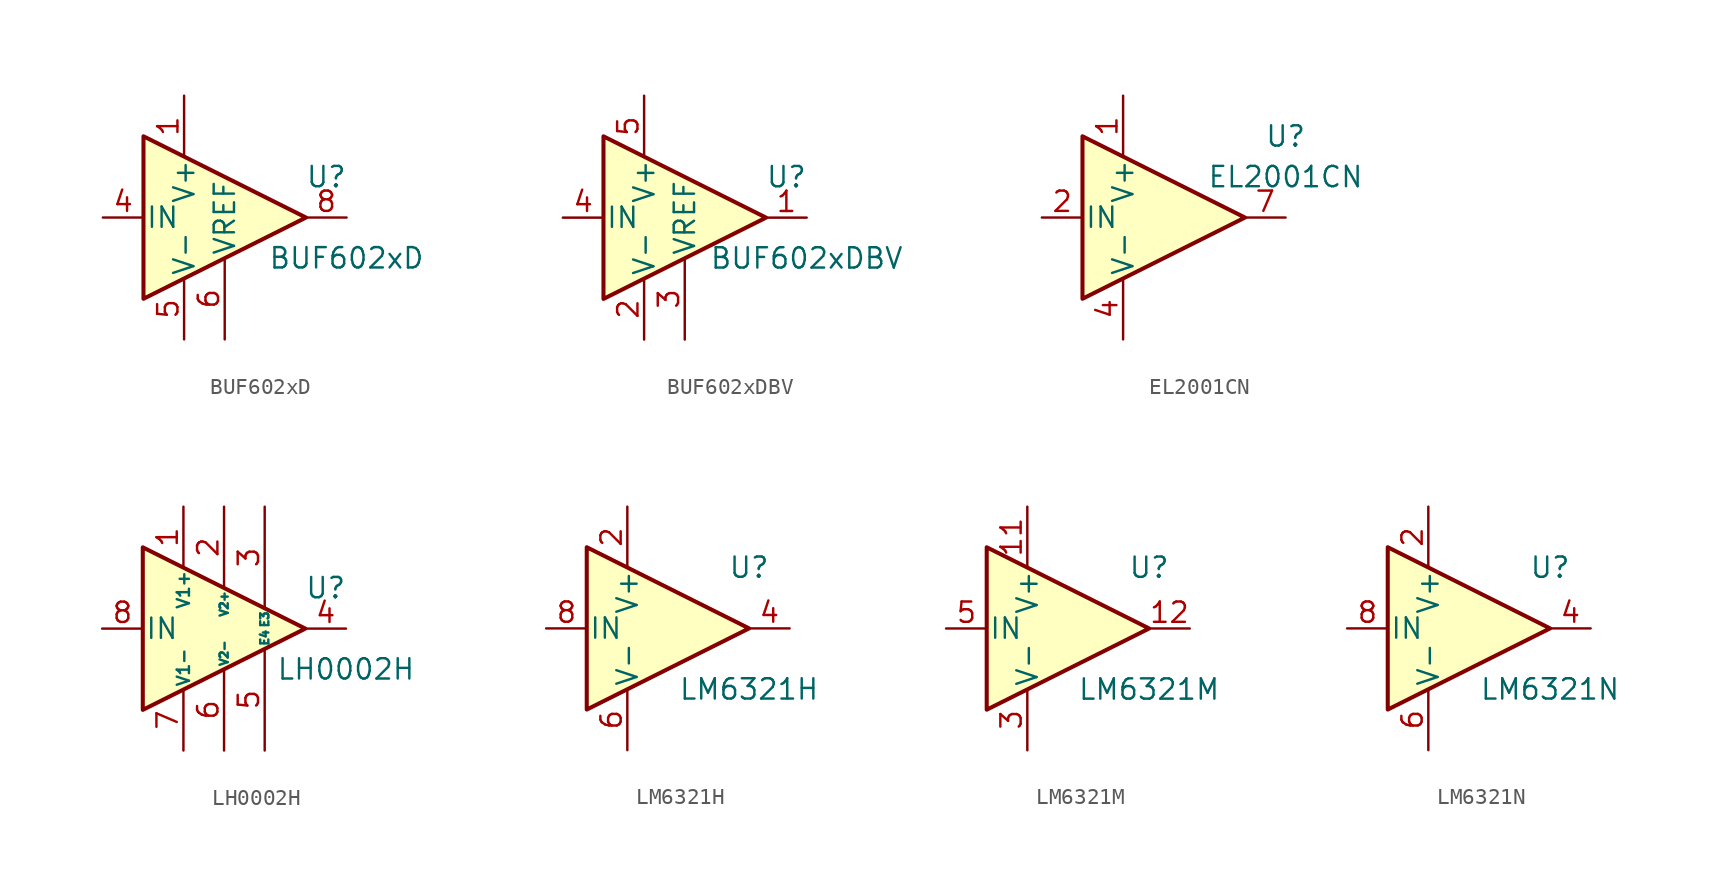
<source format=kicad_sym>
(kicad_symbol_lib
  (version 20201005)
  (generator kicad_symbol_editor)
  (symbol "Amplifier_Buffer:BUF602xD"
    (pin_names
      (offset 0.127))
    (property "Reference" "U"
      (at 6.35 2.54 0)
      (effects (font (size 1.27 1.27))))
    (property "Value" "BUF602xD"
      (at 7.62 -2.54 0)
      (effects (font (size 1.27 1.27))))
    (symbol "BUF602xD_0_1"
      (polyline (pts (xy 5.08 0) (xy -5.08 5.08) (xy -5.08 -5.08) (xy 5.08 0)) (stroke (width 0.254)) (fill (type background))))
    (symbol "BUF602xD_1_1"
      (pin power_in line (at -2.54 7.62 270) (length 3.81) (name "V+" (effects (font (size 1.27 1.27)))) (number "1" (effects (font (size 1.27 1.27)))))
      (pin no_connect line (at -5.08 5.08 0) (length 2.54) hide (name "NC" (effects (font (size 1.27 1.27)))) (number "2" (effects (font (size 1.27 1.27)))))
      (pin no_connect line (at -5.08 2.54 0) (length 2.54) hide (name "NC" (effects (font (size 1.27 1.27)))) (number "3" (effects (font (size 1.27 1.27)))))
      (pin input line (at -7.62 0 0) (length 2.54) (name "IN" (effects (font (size 1.27 1.27)))) (number "4" (effects (font (size 1.27 1.27)))))
      (pin power_in line (at -2.54 -7.62 90) (length 3.81) (name "V-" (effects (font (size 1.27 1.27)))) (number "5" (effects (font (size 1.27 1.27)))))
      (pin output line (at 0 -7.62 90) (length 5.08) (name "VREF" (effects (font (size 1.27 1.27)))) (number "6" (effects (font (size 1.27 1.27)))))
      (pin no_connect line (at -5.08 -2.54 0) (length 2.54) hide (name "NC" (effects (font (size 1.27 1.27)))) (number "7" (effects (font (size 1.27 1.27)))))
      (pin output line (at 7.62 0 180) (length 2.54) (name "~" (effects (font (size 1.27 1.27)))) (number "8" (effects (font (size 1.27 1.27)))))))
  (symbol "Amplifier_Buffer:BUF602xDBV"
    (pin_names
      (offset 0.127))
    (property "Reference" "U"
      (at 6.35 2.54 0)
      (effects (font (size 1.27 1.27))))
    (property "Value" "BUF602xDBV"
      (at 7.62 -2.54 0)
      (effects (font (size 1.27 1.27))))
    (symbol "BUF602xDBV_0_1"
      (polyline (pts (xy 5.08 0) (xy -5.08 5.08) (xy -5.08 -5.08) (xy 5.08 0)) (stroke (width 0.254)) (fill (type background))))
    (symbol "BUF602xDBV_1_1"
      (pin output line (at 7.62 0 180) (length 2.54) (name "~" (effects (font (size 1.27 1.27)))) (number "1" (effects (font (size 1.27 1.27)))))
      (pin power_in line (at -2.54 -7.62 90) (length 3.81) (name "V-" (effects (font (size 1.27 1.27)))) (number "2" (effects (font (size 1.27 1.27)))))
      (pin output line (at 0 -7.62 90) (length 5.08) (name "VREF" (effects (font (size 1.27 1.27)))) (number "3" (effects (font (size 1.27 1.27)))))
      (pin input line (at -7.62 0 0) (length 2.54) (name "IN" (effects (font (size 1.27 1.27)))) (number "4" (effects (font (size 1.27 1.27)))))
      (pin power_in line (at -2.54 7.62 270) (length 3.81) (name "V+" (effects (font (size 1.27 1.27)))) (number "5" (effects (font (size 1.27 1.27)))))))
  (symbol "Amplifier_Buffer:EL2001CN"
    (pin_names
      (offset 0.127))
    (property "Reference" "U"
      (at 7.62 5.08 0)
      (effects (font (size 1.27 1.27))))
    (property "Value" "EL2001CN"
      (at 7.62 2.54 0)
      (effects (font (size 1.27 1.27))))
    (symbol "EL2001CN_0_1"
      (polyline (pts (xy 5.08 0) (xy -5.08 5.08) (xy -5.08 -5.08) (xy 5.08 0)) (stroke (width 0.254)) (fill (type background))))
    (symbol "EL2001CN_1_1"
      (pin power_in line (at -2.54 7.62 270) (length 3.81) (name "V+" (effects (font (size 1.27 1.27)))) (number "1" (effects (font (size 1.27 1.27)))))
      (pin input line (at -7.62 0 0) (length 2.54) (name "IN" (effects (font (size 1.27 1.27)))) (number "2" (effects (font (size 1.27 1.27)))))
      (pin no_connect line (at -5.08 2.54 0) (length 2.54) hide (name "NC" (effects (font (size 1.27 1.27)))) (number "3" (effects (font (size 1.27 1.27)))))
      (pin power_in line (at -2.54 -7.62 90) (length 3.81) (name "V-" (effects (font (size 1.27 1.27)))) (number "4" (effects (font (size 1.27 1.27)))))
      (pin no_connect line (at -5.08 -2.54 0) (length 2.54) hide (name "NC" (effects (font (size 1.27 1.27)))) (number "5" (effects (font (size 1.27 1.27)))))
      (pin no_connect line (at -5.08 -5.08 0) (length 2.54) hide (name "NC" (effects (font (size 1.27 1.27)))) (number "6" (effects (font (size 1.27 1.27)))))
      (pin output line (at 7.62 0 180) (length 2.54) (name "~" (effects (font (size 1.27 1.27)))) (number "7" (effects (font (size 1.27 1.27)))))
      (pin no_connect line (at -5.08 5.08 0) (length 2.54) hide (name "NC" (effects (font (size 1.27 1.27)))) (number "8" (effects (font (size 1.27 1.27)))))))
  (symbol "Amplifier_Buffer:LH0002H"
    (pin_names
      (offset 0.127))
    (property "Reference" "U"
      (at 6.35 2.54 0)
      (effects (font (size 1.27 1.27))))
    (property "Value" "LH0002H"
      (at 7.62 -2.54 0)
      (effects (font (size 1.27 1.27))))
    (symbol "LH0002H_0_1"
      (polyline (pts (xy 5.08 0) (xy -5.08 5.08) (xy -5.08 -5.08) (xy 5.08 0)) (stroke (width 0.254)) (fill (type background))))
    (symbol "LH0002H_1_1"
      (pin power_in line (at -2.54 7.62 270) (length 3.81) (name "V1+" (effects (font (size 0.762 0.762)))) (number "1" (effects (font (size 1.27 1.27)))))
      (pin power_in line (at 0 7.62 270) (length 5.08) (name "V2+" (effects (font (size 0.508 0.508)))) (number "2" (effects (font (size 1.27 1.27)))))
      (pin passive line (at 2.54 7.62 270) (length 6.35) (name "E3" (effects (font (size 0.508 0.508)))) (number "3" (effects (font (size 1.27 1.27)))))
      (pin output line (at 7.62 0 180) (length 2.54) (name "~" (effects (font (size 1.27 1.27)))) (number "4" (effects (font (size 1.27 1.27)))))
      (pin passive line (at 2.54 -7.62 90) (length 6.35) (name "E4" (effects (font (size 0.508 0.508)))) (number "5" (effects (font (size 1.27 1.27)))))
      (pin power_in line (at 0 -7.62 90) (length 5.08) (name "V2-" (effects (font (size 0.508 0.508)))) (number "6" (effects (font (size 1.27 1.27)))))
      (pin power_in line (at -2.54 -7.62 90) (length 3.81) (name "V1-" (effects (font (size 0.762 0.762)))) (number "7" (effects (font (size 1.27 1.27)))))
      (pin input line (at -7.62 0 0) (length 2.54) (name "IN" (effects (font (size 1.27 1.27)))) (number "8" (effects (font (size 1.27 1.27)))))))
  (symbol "Amplifier_Buffer:LM6321H"
    (pin_names
      (offset 0.127))
    (property "Reference" "U"
      (at 5.08 3.81 0)
      (effects (font (size 1.27 1.27))))
    (property "Value" "LM6321H"
      (at 5.08 -3.81 0)
      (effects (font (size 1.27 1.27))))
    (symbol "LM6321H_0_1"
      (polyline (pts (xy 5.08 0) (xy -5.08 5.08) (xy -5.08 -5.08) (xy 5.08 0)) (stroke (width 0.254)) (fill (type background))))
    (symbol "LM6321H_1_1"
      (pin no_connect line (at -2.54 2.54 270) (length 2.54) hide (name "NC" (effects (font (size 1.27 1.27)))) (number "1" (effects (font (size 1.27 1.27)))))
      (pin power_in line (at -2.54 7.62 270) (length 3.81) (name "V+" (effects (font (size 1.27 1.27)))) (number "2" (effects (font (size 1.27 1.27)))))
      (pin no_connect line (at 0 2.54 270) (length 2.54) hide (name "NC" (effects (font (size 1.27 1.27)))) (number "3" (effects (font (size 1.27 1.27)))))
      (pin output line (at 7.62 0 180) (length 2.54) (name "~" (effects (font (size 1.27 1.27)))) (number "4" (effects (font (size 1.27 1.27)))))
      (pin no_connect line (at 0 -2.54 90) (length 2.54) hide (name "NC" (effects (font (size 1.27 1.27)))) (number "5" (effects (font (size 1.27 1.27)))))
      (pin power_in line (at -2.54 -7.62 90) (length 3.81) (name "V-" (effects (font (size 1.27 1.27)))) (number "6" (effects (font (size 1.27 1.27)))))
      (pin no_connect line (at -2.54 -2.54 90) (length 2.54) hide (name "NC" (effects (font (size 1.27 1.27)))) (number "7" (effects (font (size 1.27 1.27)))))
      (pin input line (at -7.62 0 0) (length 2.54) (name "IN" (effects (font (size 1.27 1.27)))) (number "8" (effects (font (size 1.27 1.27)))))))
  (symbol "Amplifier_Buffer:LM6321M"
    (pin_names
      (offset 0.127))
    (property "Reference" "U"
      (at 5.08 3.81 0)
      (effects (font (size 1.27 1.27))))
    (property "Value" "LM6321M"
      (at 5.08 -3.81 0)
      (effects (font (size 1.27 1.27))))
    (symbol "LM6321M_0_1"
      (polyline (pts (xy 5.08 0) (xy -5.08 5.08) (xy -5.08 -5.08) (xy 5.08 0)) (stroke (width 0.254)) (fill (type background))))
    (symbol "LM6321M_1_1"
      (pin passive line (at -2.54 -7.62 90) (length 3.81) hide (name "V-" (effects (font (size 1.27 1.27)))) (number "1" (effects (font (size 1.27 1.27)))))
      (pin no_connect line (at 0 -2.54 90) (length 2.54) hide (name "NC" (effects (font (size 1.27 1.27)))) (number "10" (effects (font (size 1.27 1.27)))))
      (pin power_in line (at -2.54 7.62 270) (length 3.81) (name "V+" (effects (font (size 1.27 1.27)))) (number "11" (effects (font (size 1.27 1.27)))))
      (pin output line (at 7.62 0 180) (length 2.54) (name "~" (effects (font (size 1.27 1.27)))) (number "12" (effects (font (size 1.27 1.27)))))
      (pin passive line (at -2.54 -7.62 90) (length 3.81) hide (name "V-" (effects (font (size 1.27 1.27)))) (number "13" (effects (font (size 1.27 1.27)))))
      (pin passive line (at -2.54 -7.62 90) (length 3.81) hide (name "V-" (effects (font (size 1.27 1.27)))) (number "14" (effects (font (size 1.27 1.27)))))
      (pin passive line (at -2.54 -7.62 90) (length 3.81) hide (name "V-" (effects (font (size 1.27 1.27)))) (number "2" (effects (font (size 1.27 1.27)))))
      (pin power_in line (at -2.54 -7.62 90) (length 3.81) (name "V-" (effects (font (size 1.27 1.27)))) (number "3" (effects (font (size 1.27 1.27)))))
      (pin no_connect line (at 0 2.54 270) (length 2.54) hide (name "NC" (effects (font (size 1.27 1.27)))) (number "4" (effects (font (size 1.27 1.27)))))
      (pin input line (at -7.62 0 0) (length 2.54) (name "IN" (effects (font (size 1.27 1.27)))) (number "5" (effects (font (size 1.27 1.27)))))
      (pin passive line (at -2.54 -7.62 90) (length 3.81) hide (name "V-" (effects (font (size 1.27 1.27)))) (number "6" (effects (font (size 1.27 1.27)))))
      (pin passive line (at -2.54 -7.62 90) (length 3.81) hide (name "V-" (effects (font (size 1.27 1.27)))) (number "7" (effects (font (size 1.27 1.27)))))
      (pin passive line (at -2.54 -7.62 90) (length 3.81) hide (name "V-" (effects (font (size 1.27 1.27)))) (number "8" (effects (font (size 1.27 1.27)))))
      (pin passive line (at -2.54 -7.62 90) (length 3.81) hide (name "V-" (effects (font (size 1.27 1.27)))) (number "9" (effects (font (size 1.27 1.27)))))))
  (symbol "Amplifier_Buffer:LM6321N"
    (pin_names
      (offset 0.127))
    (property "Reference" "U"
      (at 5.08 3.81 0)
      (effects (font (size 1.27 1.27))))
    (property "Value" "LM6321N"
      (at 5.08 -3.81 0)
      (effects (font (size 1.27 1.27))))
    (symbol "LM6321N_0_1"
      (polyline (pts (xy 5.08 0) (xy -5.08 5.08) (xy -5.08 -5.08) (xy 5.08 0)) (stroke (width 0.254)) (fill (type background))))
    (symbol "LM6321N_1_1"
      (pin no_connect line (at -2.54 -2.54 90) (length 2.54) hide (name "NC" (effects (font (size 1.27 1.27)))) (number "1" (effects (font (size 1.27 1.27)))))
      (pin power_in line (at -2.54 7.62 270) (length 3.81) (name "V+" (effects (font (size 1.27 1.27)))) (number "2" (effects (font (size 1.27 1.27)))))
      (pin no_connect line (at 0 -2.54 90) (length 2.54) hide (name "NC" (effects (font (size 1.27 1.27)))) (number "3" (effects (font (size 1.27 1.27)))))
      (pin output line (at 7.62 0 180) (length 2.54) (name "~" (effects (font (size 1.27 1.27)))) (number "4" (effects (font (size 1.27 1.27)))))
      (pin no_connect line (at -2.54 2.54 270) (length 2.54) hide (name "NC" (effects (font (size 1.27 1.27)))) (number "5" (effects (font (size 1.27 1.27)))))
      (pin power_in line (at -2.54 -7.62 90) (length 3.81) (name "V-" (effects (font (size 1.27 1.27)))) (number "6" (effects (font (size 1.27 1.27)))))
      (pin no_connect line (at 0 2.54 270) (length 2.54) hide (name "NC" (effects (font (size 1.27 1.27)))) (number "7" (effects (font (size 1.27 1.27)))))
      (pin input line (at -7.62 0 0) (length 2.54) (name "IN" (effects (font (size 1.27 1.27)))) (number "8" (effects (font (size 1.27 1.27))))))))
</source>
